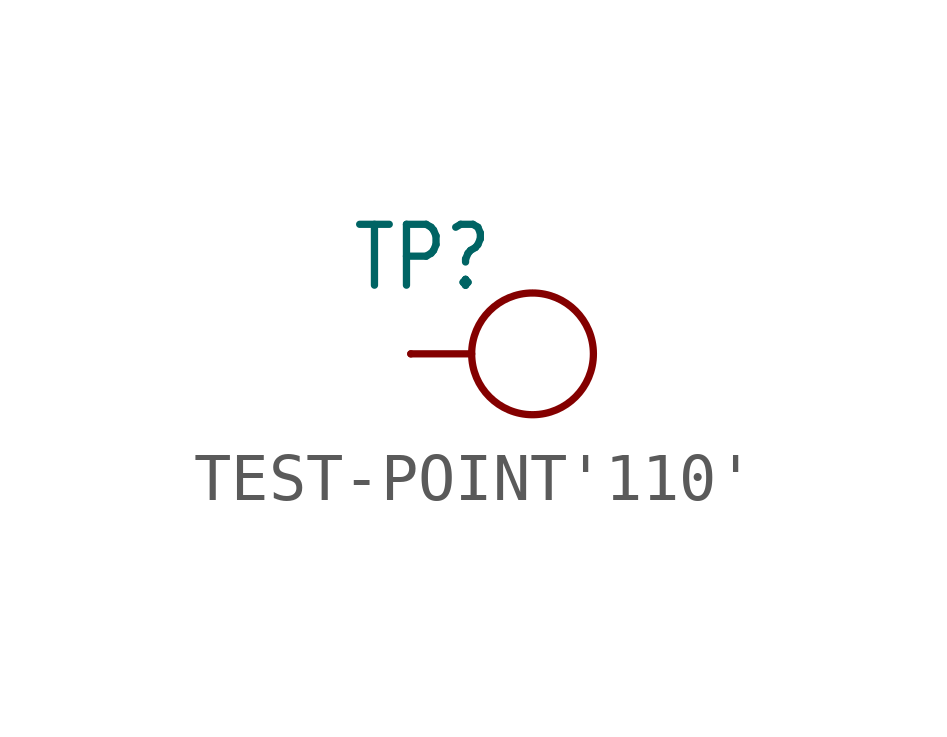
<source format=kicad_sym>
(kicad_symbol_lib
  (version 20220914)
  (generator kicad_symbol_editor)
  (symbol "TEST-POINT'110'"
    (property "Reference" "TP"
      (at -3.81 1.27 0)
      (effects (font (size 1.27 1.079)) (justify left bottom)))
    (property "ki_locked" ""
      (at 0 0 0)
      (effects (font (size 1.27 1.27))))
    (symbol "TEST-POINT'110'_1_0"
      (polyline (pts (xy -2.54 0) (xy -1.27 0)) (stroke (width 0.152) (type solid)) (fill (type none)))
      (circle (center 0 0) (radius 1.27) (stroke (width 0.152) (type solid)) (fill (type none)))
      (pin bidirectional line (at -2.54 0 0) (length 0) (name "T" (effects (font (size 0 0)))) (number "T" (effects (font (size 0 0))))))))
</source>
